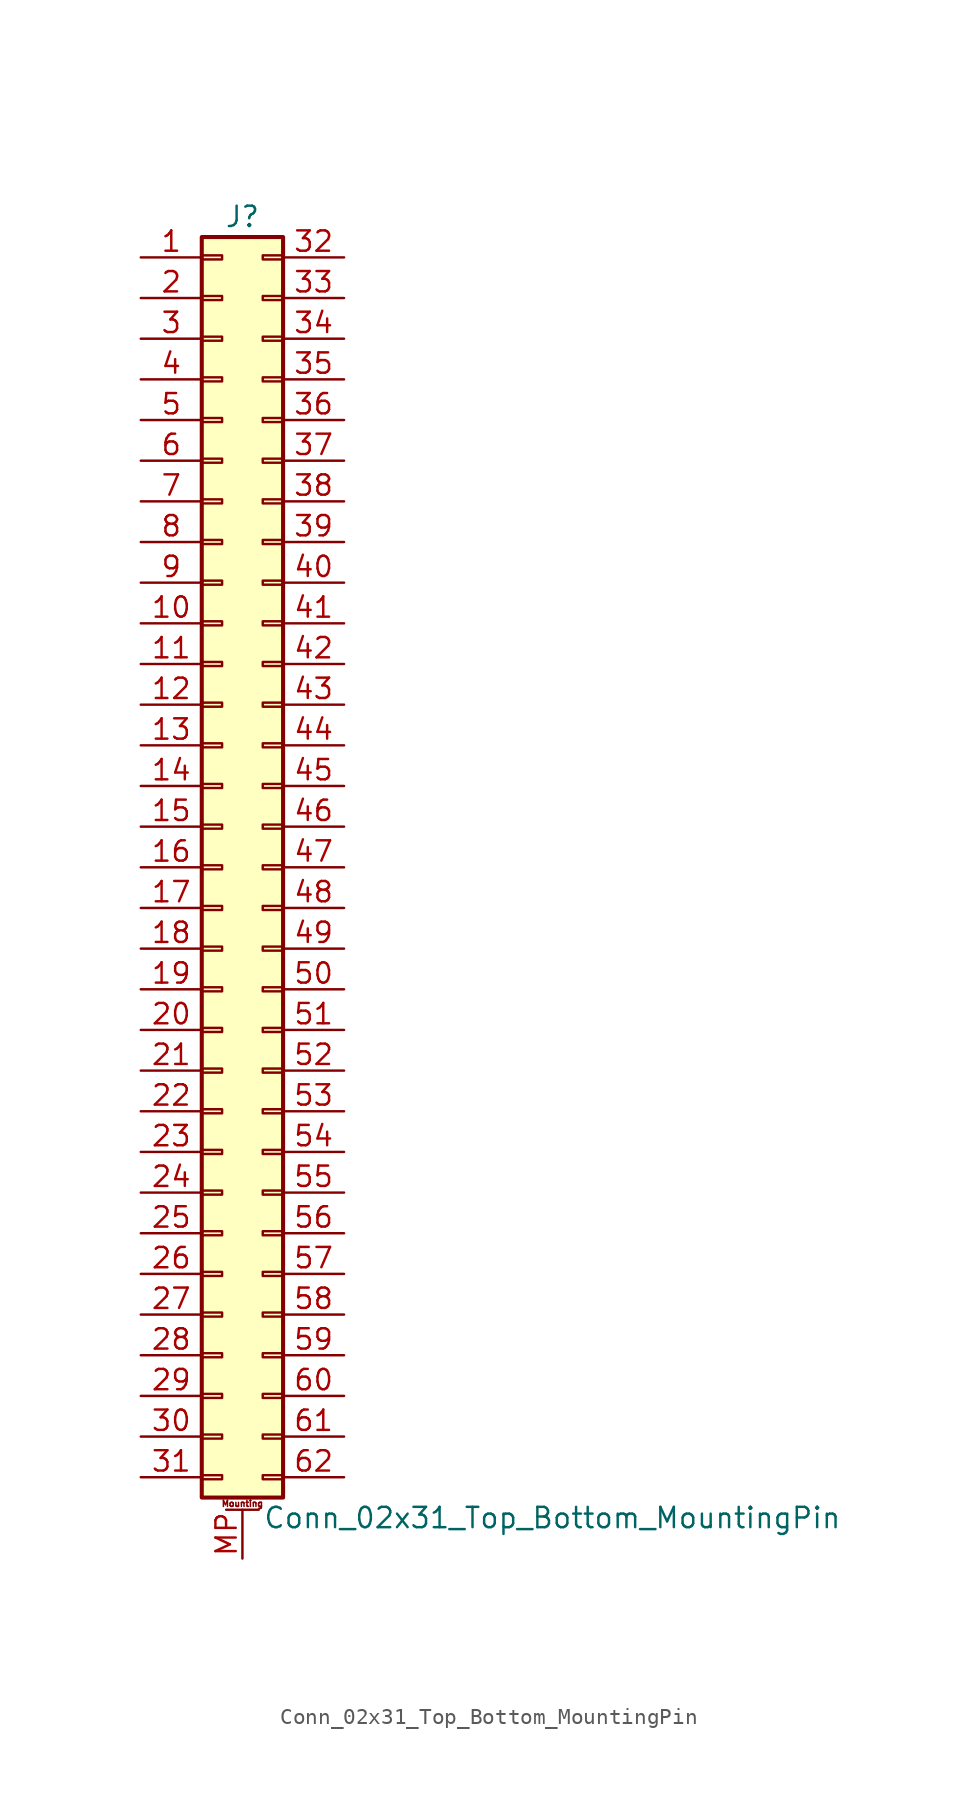
<source format=kicad_sym>
(kicad_symbol_lib
  (version 20201005)
  (generator kicad_symbol_editor)
  (symbol "Connector_Generic_MountingPin:Conn_02x31_Top_Bottom_MountingPin"
    (pin_names
      (offset 1.016) hide)
    (property "Reference" "J"
      (at 1.27 40.64 0)
      (effects (font (size 1.27 1.27))))
    (property "Value" "Conn_02x31_Top_Bottom_MountingPin"
      (at 2.54 -40.64 0)
      (effects (font (size 1.27 1.27)) (justify left)))
    (symbol "Conn_02x31_Top_Bottom_MountingPin_1_1"
      (text "Mounting" (at 1.27 -39.751 0) (effects (font (size 0.381 0.381))))
      (rectangle (start -1.27 -27.813) (end 0 -28.067) (stroke (width 0.152)) (fill (type none)))
      (rectangle (start -1.27 -30.353) (end 0 -30.607) (stroke (width 0.152)) (fill (type none)))
      (rectangle (start -1.27 -32.893) (end 0 -33.147) (stroke (width 0.152)) (fill (type none)))
      (rectangle (start -1.27 -35.433) (end 0 -35.687) (stroke (width 0.152)) (fill (type none)))
      (rectangle (start -1.27 -37.973) (end 0 -38.227) (stroke (width 0.152)) (fill (type none)))
      (rectangle (start -1.27 -4.953) (end 0 -5.207) (stroke (width 0.152)) (fill (type none)))
      (rectangle (start -1.27 -7.493) (end 0 -7.747) (stroke (width 0.152)) (fill (type none)))
      (rectangle (start -1.27 -10.033) (end 0 -10.287) (stroke (width 0.152)) (fill (type none)))
      (rectangle (start -1.27 -12.573) (end 0 -12.827) (stroke (width 0.152)) (fill (type none)))
      (rectangle (start -1.27 -15.113) (end 0 -15.367) (stroke (width 0.152)) (fill (type none)))
      (rectangle (start -1.27 -17.653) (end 0 -17.907) (stroke (width 0.152)) (fill (type none)))
      (rectangle (start -1.27 -20.193) (end 0 -20.447) (stroke (width 0.152)) (fill (type none)))
      (rectangle (start -1.27 -22.733) (end 0 -22.987) (stroke (width 0.152)) (fill (type none)))
      (rectangle (start -1.27 -2.413) (end 0 -2.667) (stroke (width 0.152)) (fill (type none)))
      (rectangle (start -1.27 -25.273) (end 0 -25.527) (stroke (width 0.152)) (fill (type none)))
      (rectangle (start -1.27 25.527) (end 0 25.273) (stroke (width 0.152)) (fill (type none)))
      (rectangle (start -1.27 2.667) (end 0 2.413) (stroke (width 0.152)) (fill (type none)))
      (rectangle (start -1.27 28.067) (end 0 27.813) (stroke (width 0.152)) (fill (type none)))
      (rectangle (start -1.27 30.607) (end 0 30.353) (stroke (width 0.152)) (fill (type none)))
      (rectangle (start -1.27 33.147) (end 0 32.893) (stroke (width 0.152)) (fill (type none)))
      (rectangle (start -1.27 35.687) (end 0 35.433) (stroke (width 0.152)) (fill (type none)))
      (rectangle (start -1.27 38.227) (end 0 37.973) (stroke (width 0.152)) (fill (type none)))
      (rectangle (start -1.27 39.37) (end 3.81 -39.37) (stroke (width 0.254)) (fill (type background)))
      (rectangle (start -1.27 5.207) (end 0 4.953) (stroke (width 0.152)) (fill (type none)))
      (rectangle (start -1.27 7.747) (end 0 7.493) (stroke (width 0.152)) (fill (type none)))
      (rectangle (start -1.27 10.287) (end 0 10.033) (stroke (width 0.152)) (fill (type none)))
      (rectangle (start -1.27 0.127) (end 0 -0.127) (stroke (width 0.152)) (fill (type none)))
      (rectangle (start -1.27 12.827) (end 0 12.573) (stroke (width 0.152)) (fill (type none)))
      (rectangle (start -1.27 15.367) (end 0 15.113) (stroke (width 0.152)) (fill (type none)))
      (rectangle (start -1.27 17.907) (end 0 17.653) (stroke (width 0.152)) (fill (type none)))
      (rectangle (start -1.27 20.447) (end 0 20.193) (stroke (width 0.152)) (fill (type none)))
      (rectangle (start -1.27 22.987) (end 0 22.733) (stroke (width 0.152)) (fill (type none)))
      (rectangle (start 3.81 -27.813) (end 2.54 -28.067) (stroke (width 0.152)) (fill (type none)))
      (rectangle (start 3.81 -30.353) (end 2.54 -30.607) (stroke (width 0.152)) (fill (type none)))
      (rectangle (start 3.81 -32.893) (end 2.54 -33.147) (stroke (width 0.152)) (fill (type none)))
      (rectangle (start 3.81 -35.433) (end 2.54 -35.687) (stroke (width 0.152)) (fill (type none)))
      (rectangle (start 3.81 -37.973) (end 2.54 -38.227) (stroke (width 0.152)) (fill (type none)))
      (rectangle (start 3.81 -4.953) (end 2.54 -5.207) (stroke (width 0.152)) (fill (type none)))
      (rectangle (start 3.81 -7.493) (end 2.54 -7.747) (stroke (width 0.152)) (fill (type none)))
      (rectangle (start 3.81 -10.033) (end 2.54 -10.287) (stroke (width 0.152)) (fill (type none)))
      (rectangle (start 3.81 -12.573) (end 2.54 -12.827) (stroke (width 0.152)) (fill (type none)))
      (rectangle (start 3.81 -15.113) (end 2.54 -15.367) (stroke (width 0.152)) (fill (type none)))
      (rectangle (start 3.81 -17.653) (end 2.54 -17.907) (stroke (width 0.152)) (fill (type none)))
      (rectangle (start 3.81 -20.193) (end 2.54 -20.447) (stroke (width 0.152)) (fill (type none)))
      (rectangle (start 3.81 -22.733) (end 2.54 -22.987) (stroke (width 0.152)) (fill (type none)))
      (rectangle (start 3.81 -2.413) (end 2.54 -2.667) (stroke (width 0.152)) (fill (type none)))
      (rectangle (start 3.81 -25.273) (end 2.54 -25.527) (stroke (width 0.152)) (fill (type none)))
      (rectangle (start 3.81 25.527) (end 2.54 25.273) (stroke (width 0.152)) (fill (type none)))
      (rectangle (start 3.81 2.667) (end 2.54 2.413) (stroke (width 0.152)) (fill (type none)))
      (rectangle (start 3.81 28.067) (end 2.54 27.813) (stroke (width 0.152)) (fill (type none)))
      (rectangle (start 3.81 30.607) (end 2.54 30.353) (stroke (width 0.152)) (fill (type none)))
      (rectangle (start 3.81 33.147) (end 2.54 32.893) (stroke (width 0.152)) (fill (type none)))
      (rectangle (start 3.81 35.687) (end 2.54 35.433) (stroke (width 0.152)) (fill (type none)))
      (rectangle (start 3.81 38.227) (end 2.54 37.973) (stroke (width 0.152)) (fill (type none)))
      (rectangle (start 3.81 5.207) (end 2.54 4.953) (stroke (width 0.152)) (fill (type none)))
      (rectangle (start 3.81 7.747) (end 2.54 7.493) (stroke (width 0.152)) (fill (type none)))
      (rectangle (start 3.81 10.287) (end 2.54 10.033) (stroke (width 0.152)) (fill (type none)))
      (rectangle (start 3.81 0.127) (end 2.54 -0.127) (stroke (width 0.152)) (fill (type none)))
      (rectangle (start 3.81 12.827) (end 2.54 12.573) (stroke (width 0.152)) (fill (type none)))
      (rectangle (start 3.81 15.367) (end 2.54 15.113) (stroke (width 0.152)) (fill (type none)))
      (rectangle (start 3.81 17.907) (end 2.54 17.653) (stroke (width 0.152)) (fill (type none)))
      (rectangle (start 3.81 20.447) (end 2.54 20.193) (stroke (width 0.152)) (fill (type none)))
      (rectangle (start 3.81 22.987) (end 2.54 22.733) (stroke (width 0.152)) (fill (type none)))
      (polyline (pts (xy 0.254 -40.132) (xy 2.286 -40.132)) (stroke (width 0.152)) (fill (type none)))
      (pin passive line (at 1.27 -43.18 90) (length 3.048) (name "MountPin" (effects (font (size 1.27 1.27)))) (number "MP" (effects (font (size 1.27 1.27)))))
      (pin passive line (at -5.08 38.1 0) (length 3.81) (name "Pin_1" (effects (font (size 1.27 1.27)))) (number "1" (effects (font (size 1.27 1.27)))))
      (pin passive line (at -5.08 15.24 0) (length 3.81) (name "Pin_10" (effects (font (size 1.27 1.27)))) (number "10" (effects (font (size 1.27 1.27)))))
      (pin passive line (at -5.08 12.7 0) (length 3.81) (name "Pin_11" (effects (font (size 1.27 1.27)))) (number "11" (effects (font (size 1.27 1.27)))))
      (pin passive line (at -5.08 10.16 0) (length 3.81) (name "Pin_12" (effects (font (size 1.27 1.27)))) (number "12" (effects (font (size 1.27 1.27)))))
      (pin passive line (at -5.08 7.62 0) (length 3.81) (name "Pin_13" (effects (font (size 1.27 1.27)))) (number "13" (effects (font (size 1.27 1.27)))))
      (pin passive line (at -5.08 5.08 0) (length 3.81) (name "Pin_14" (effects (font (size 1.27 1.27)))) (number "14" (effects (font (size 1.27 1.27)))))
      (pin passive line (at -5.08 2.54 0) (length 3.81) (name "Pin_15" (effects (font (size 1.27 1.27)))) (number "15" (effects (font (size 1.27 1.27)))))
      (pin passive line (at -5.08 0 0) (length 3.81) (name "Pin_16" (effects (font (size 1.27 1.27)))) (number "16" (effects (font (size 1.27 1.27)))))
      (pin passive line (at -5.08 -2.54 0) (length 3.81) (name "Pin_17" (effects (font (size 1.27 1.27)))) (number "17" (effects (font (size 1.27 1.27)))))
      (pin passive line (at -5.08 -5.08 0) (length 3.81) (name "Pin_18" (effects (font (size 1.27 1.27)))) (number "18" (effects (font (size 1.27 1.27)))))
      (pin passive line (at -5.08 -7.62 0) (length 3.81) (name "Pin_19" (effects (font (size 1.27 1.27)))) (number "19" (effects (font (size 1.27 1.27)))))
      (pin passive line (at -5.08 35.56 0) (length 3.81) (name "Pin_2" (effects (font (size 1.27 1.27)))) (number "2" (effects (font (size 1.27 1.27)))))
      (pin passive line (at -5.08 -10.16 0) (length 3.81) (name "Pin_20" (effects (font (size 1.27 1.27)))) (number "20" (effects (font (size 1.27 1.27)))))
      (pin passive line (at -5.08 -12.7 0) (length 3.81) (name "Pin_21" (effects (font (size 1.27 1.27)))) (number "21" (effects (font (size 1.27 1.27)))))
      (pin passive line (at -5.08 -15.24 0) (length 3.81) (name "Pin_22" (effects (font (size 1.27 1.27)))) (number "22" (effects (font (size 1.27 1.27)))))
      (pin passive line (at -5.08 -17.78 0) (length 3.81) (name "Pin_23" (effects (font (size 1.27 1.27)))) (number "23" (effects (font (size 1.27 1.27)))))
      (pin passive line (at -5.08 -20.32 0) (length 3.81) (name "Pin_24" (effects (font (size 1.27 1.27)))) (number "24" (effects (font (size 1.27 1.27)))))
      (pin passive line (at -5.08 -22.86 0) (length 3.81) (name "Pin_25" (effects (font (size 1.27 1.27)))) (number "25" (effects (font (size 1.27 1.27)))))
      (pin passive line (at -5.08 -25.4 0) (length 3.81) (name "Pin_26" (effects (font (size 1.27 1.27)))) (number "26" (effects (font (size 1.27 1.27)))))
      (pin passive line (at -5.08 -27.94 0) (length 3.81) (name "Pin_27" (effects (font (size 1.27 1.27)))) (number "27" (effects (font (size 1.27 1.27)))))
      (pin passive line (at -5.08 -30.48 0) (length 3.81) (name "Pin_28" (effects (font (size 1.27 1.27)))) (number "28" (effects (font (size 1.27 1.27)))))
      (pin passive line (at -5.08 -33.02 0) (length 3.81) (name "Pin_29" (effects (font (size 1.27 1.27)))) (number "29" (effects (font (size 1.27 1.27)))))
      (pin passive line (at -5.08 33.02 0) (length 3.81) (name "Pin_3" (effects (font (size 1.27 1.27)))) (number "3" (effects (font (size 1.27 1.27)))))
      (pin passive line (at -5.08 -35.56 0) (length 3.81) (name "Pin_30" (effects (font (size 1.27 1.27)))) (number "30" (effects (font (size 1.27 1.27)))))
      (pin passive line (at -5.08 -38.1 0) (length 3.81) (name "Pin_31" (effects (font (size 1.27 1.27)))) (number "31" (effects (font (size 1.27 1.27)))))
      (pin passive line (at 7.62 38.1 180) (length 3.81) (name "Pin_32" (effects (font (size 1.27 1.27)))) (number "32" (effects (font (size 1.27 1.27)))))
      (pin passive line (at 7.62 35.56 180) (length 3.81) (name "Pin_33" (effects (font (size 1.27 1.27)))) (number "33" (effects (font (size 1.27 1.27)))))
      (pin passive line (at 7.62 33.02 180) (length 3.81) (name "Pin_34" (effects (font (size 1.27 1.27)))) (number "34" (effects (font (size 1.27 1.27)))))
      (pin passive line (at 7.62 30.48 180) (length 3.81) (name "Pin_35" (effects (font (size 1.27 1.27)))) (number "35" (effects (font (size 1.27 1.27)))))
      (pin passive line (at 7.62 27.94 180) (length 3.81) (name "Pin_36" (effects (font (size 1.27 1.27)))) (number "36" (effects (font (size 1.27 1.27)))))
      (pin passive line (at 7.62 25.4 180) (length 3.81) (name "Pin_37" (effects (font (size 1.27 1.27)))) (number "37" (effects (font (size 1.27 1.27)))))
      (pin passive line (at 7.62 22.86 180) (length 3.81) (name "Pin_38" (effects (font (size 1.27 1.27)))) (number "38" (effects (font (size 1.27 1.27)))))
      (pin passive line (at 7.62 20.32 180) (length 3.81) (name "Pin_39" (effects (font (size 1.27 1.27)))) (number "39" (effects (font (size 1.27 1.27)))))
      (pin passive line (at -5.08 30.48 0) (length 3.81) (name "Pin_4" (effects (font (size 1.27 1.27)))) (number "4" (effects (font (size 1.27 1.27)))))
      (pin passive line (at 7.62 17.78 180) (length 3.81) (name "Pin_40" (effects (font (size 1.27 1.27)))) (number "40" (effects (font (size 1.27 1.27)))))
      (pin passive line (at 7.62 15.24 180) (length 3.81) (name "Pin_41" (effects (font (size 1.27 1.27)))) (number "41" (effects (font (size 1.27 1.27)))))
      (pin passive line (at 7.62 12.7 180) (length 3.81) (name "Pin_42" (effects (font (size 1.27 1.27)))) (number "42" (effects (font (size 1.27 1.27)))))
      (pin passive line (at 7.62 10.16 180) (length 3.81) (name "Pin_43" (effects (font (size 1.27 1.27)))) (number "43" (effects (font (size 1.27 1.27)))))
      (pin passive line (at 7.62 7.62 180) (length 3.81) (name "Pin_44" (effects (font (size 1.27 1.27)))) (number "44" (effects (font (size 1.27 1.27)))))
      (pin passive line (at 7.62 5.08 180) (length 3.81) (name "Pin_45" (effects (font (size 1.27 1.27)))) (number "45" (effects (font (size 1.27 1.27)))))
      (pin passive line (at 7.62 2.54 180) (length 3.81) (name "Pin_46" (effects (font (size 1.27 1.27)))) (number "46" (effects (font (size 1.27 1.27)))))
      (pin passive line (at 7.62 0 180) (length 3.81) (name "Pin_47" (effects (font (size 1.27 1.27)))) (number "47" (effects (font (size 1.27 1.27)))))
      (pin passive line (at 7.62 -2.54 180) (length 3.81) (name "Pin_48" (effects (font (size 1.27 1.27)))) (number "48" (effects (font (size 1.27 1.27)))))
      (pin passive line (at 7.62 -5.08 180) (length 3.81) (name "Pin_49" (effects (font (size 1.27 1.27)))) (number "49" (effects (font (size 1.27 1.27)))))
      (pin passive line (at -5.08 27.94 0) (length 3.81) (name "Pin_5" (effects (font (size 1.27 1.27)))) (number "5" (effects (font (size 1.27 1.27)))))
      (pin passive line (at 7.62 -7.62 180) (length 3.81) (name "Pin_50" (effects (font (size 1.27 1.27)))) (number "50" (effects (font (size 1.27 1.27)))))
      (pin passive line (at 7.62 -10.16 180) (length 3.81) (name "Pin_51" (effects (font (size 1.27 1.27)))) (number "51" (effects (font (size 1.27 1.27)))))
      (pin passive line (at 7.62 -12.7 180) (length 3.81) (name "Pin_52" (effects (font (size 1.27 1.27)))) (number "52" (effects (font (size 1.27 1.27)))))
      (pin passive line (at 7.62 -15.24 180) (length 3.81) (name "Pin_53" (effects (font (size 1.27 1.27)))) (number "53" (effects (font (size 1.27 1.27)))))
      (pin passive line (at 7.62 -17.78 180) (length 3.81) (name "Pin_54" (effects (font (size 1.27 1.27)))) (number "54" (effects (font (size 1.27 1.27)))))
      (pin passive line (at 7.62 -20.32 180) (length 3.81) (name "Pin_55" (effects (font (size 1.27 1.27)))) (number "55" (effects (font (size 1.27 1.27)))))
      (pin passive line (at 7.62 -22.86 180) (length 3.81) (name "Pin_56" (effects (font (size 1.27 1.27)))) (number "56" (effects (font (size 1.27 1.27)))))
      (pin passive line (at 7.62 -25.4 180) (length 3.81) (name "Pin_57" (effects (font (size 1.27 1.27)))) (number "57" (effects (font (size 1.27 1.27)))))
      (pin passive line (at 7.62 -27.94 180) (length 3.81) (name "Pin_58" (effects (font (size 1.27 1.27)))) (number "58" (effects (font (size 1.27 1.27)))))
      (pin passive line (at 7.62 -30.48 180) (length 3.81) (name "Pin_59" (effects (font (size 1.27 1.27)))) (number "59" (effects (font (size 1.27 1.27)))))
      (pin passive line (at -5.08 25.4 0) (length 3.81) (name "Pin_6" (effects (font (size 1.27 1.27)))) (number "6" (effects (font (size 1.27 1.27)))))
      (pin passive line (at 7.62 -33.02 180) (length 3.81) (name "Pin_60" (effects (font (size 1.27 1.27)))) (number "60" (effects (font (size 1.27 1.27)))))
      (pin passive line (at 7.62 -35.56 180) (length 3.81) (name "Pin_61" (effects (font (size 1.27 1.27)))) (number "61" (effects (font (size 1.27 1.27)))))
      (pin passive line (at 7.62 -38.1 180) (length 3.81) (name "Pin_62" (effects (font (size 1.27 1.27)))) (number "62" (effects (font (size 1.27 1.27)))))
      (pin passive line (at -5.08 22.86 0) (length 3.81) (name "Pin_7" (effects (font (size 1.27 1.27)))) (number "7" (effects (font (size 1.27 1.27)))))
      (pin passive line (at -5.08 20.32 0) (length 3.81) (name "Pin_8" (effects (font (size 1.27 1.27)))) (number "8" (effects (font (size 1.27 1.27)))))
      (pin passive line (at -5.08 17.78 0) (length 3.81) (name "Pin_9" (effects (font (size 1.27 1.27)))) (number "9" (effects (font (size 1.27 1.27))))))))
</source>
